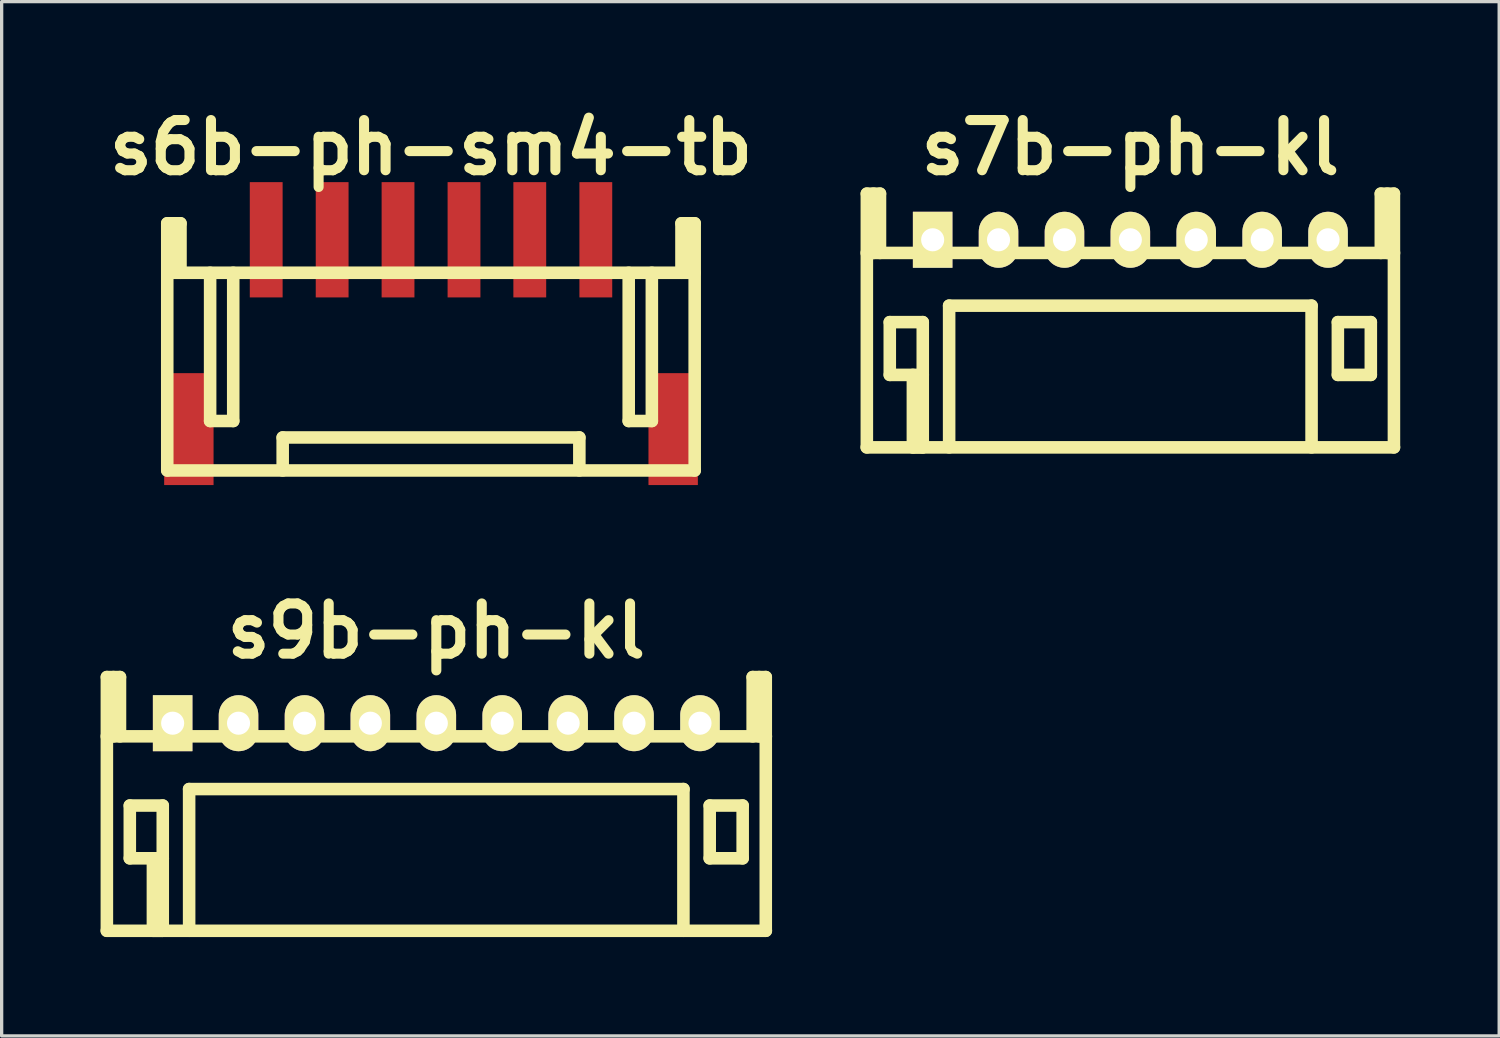
<source format=kicad_pcb>
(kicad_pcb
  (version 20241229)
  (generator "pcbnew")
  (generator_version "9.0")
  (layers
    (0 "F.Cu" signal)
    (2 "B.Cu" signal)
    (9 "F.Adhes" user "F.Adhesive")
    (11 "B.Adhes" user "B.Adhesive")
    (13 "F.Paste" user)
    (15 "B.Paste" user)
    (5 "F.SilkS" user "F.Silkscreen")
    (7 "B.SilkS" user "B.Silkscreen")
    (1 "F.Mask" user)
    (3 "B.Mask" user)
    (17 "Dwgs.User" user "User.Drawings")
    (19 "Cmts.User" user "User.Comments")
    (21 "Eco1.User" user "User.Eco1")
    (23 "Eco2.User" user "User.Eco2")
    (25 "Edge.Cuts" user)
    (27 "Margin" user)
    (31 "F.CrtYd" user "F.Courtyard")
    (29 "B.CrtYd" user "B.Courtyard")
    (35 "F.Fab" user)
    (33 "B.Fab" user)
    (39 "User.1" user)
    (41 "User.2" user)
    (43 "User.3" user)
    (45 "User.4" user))
  (footprint "s7b-ph-kl"
    (layer "F.Cu")
    (at 31.25 4.226)
    (property "Reference" "s7b-ph-kl" (at 0 -2.799 0) (layer "F.SilkS") (effects (font (size 1.524 1.524) (thickness 0.305))))
    (attr through_hole)
    (fp_line (start -8.001 0.399) (end 8.001 0.399) (stroke (width 0.381) (type solid)) (layer "F.SilkS"))
    (fp_line (start -7.996 -1.4) (end -7.996 6.299) (stroke (width 0.381) (type solid)) (layer "F.SilkS"))
    (fp_line (start -7.795 -1.4) (end -7.795 0.399) (stroke (width 0.381) (type solid)) (layer "F.SilkS"))
    (fp_line (start -7.597 -1.4) (end -7.996 -1.4) (stroke (width 0.381) (type solid)) (layer "F.SilkS"))
    (fp_line (start -7.597 0.399) (end -7.597 -1.4) (stroke (width 0.381) (type solid)) (layer "F.SilkS"))
    (fp_line (start -7.3 2.499) (end -6.299 2.499) (stroke (width 0.381) (type solid)) (layer "F.SilkS"))
    (fp_line (start -7.3 4.1) (end -7.3 2.499) (stroke (width 0.381) (type solid)) (layer "F.SilkS"))
    (fp_line (start -6.599 6.299) (end -6.599 4.1) (stroke (width 0.381) (type solid)) (layer "F.SilkS"))
    (fp_line (start -6.299 2.499) (end -6.299 4.1) (stroke (width 0.381) (type solid)) (layer "F.SilkS"))
    (fp_line (start -6.299 4.1) (end -7.3 4.1) (stroke (width 0.381) (type solid)) (layer "F.SilkS"))
    (fp_line (start -6.299 4.1) (end -6.299 6.299) (stroke (width 0.381) (type solid)) (layer "F.SilkS"))
    (fp_line (start -6.299 6.299) (end -6.599 6.299) (stroke (width 0.381) (type solid)) (layer "F.SilkS"))
    (fp_line (start -5.499 1.999) (end -5.499 6.299) (stroke (width 0.381) (type solid)) (layer "F.SilkS"))
    (fp_line (start -5.499 1.999) (end 5.499 1.999) (stroke (width 0.381) (type solid)) (layer "F.SilkS"))
    (fp_line (start 5.499 1.999) (end 5.499 6.299) (stroke (width 0.381) (type solid)) (layer "F.SilkS"))
    (fp_line (start 6.297 2.499) (end 7.297 2.499) (stroke (width 0.381) (type solid)) (layer "F.SilkS"))
    (fp_line (start 6.297 4.1) (end 6.297 2.499) (stroke (width 0.381) (type solid)) (layer "F.SilkS"))
    (fp_line (start 7.297 2.499) (end 7.297 4.1) (stroke (width 0.381) (type solid)) (layer "F.SilkS"))
    (fp_line (start 7.297 4.1) (end 6.297 4.1) (stroke (width 0.381) (type solid)) (layer "F.SilkS"))
    (fp_line (start 7.6 -1.4) (end 7.6 0.399) (stroke (width 0.381) (type solid)) (layer "F.SilkS"))
    (fp_line (start 7.798 -1.4) (end 7.798 0.399) (stroke (width 0.381) (type solid)) (layer "F.SilkS"))
    (fp_line (start 7.998 -1.4) (end 7.6 -1.4) (stroke (width 0.381) (type solid)) (layer "F.SilkS"))
    (fp_line (start 7.998 6.299) (end 7.998 -1.4) (stroke (width 0.381) (type solid)) (layer "F.SilkS"))
    (fp_line (start 8.001 6.299) (end -8.001 6.299) (stroke (width 0.381) (type solid)) (layer "F.SilkS"))
    (pad "1" thru_hole rect (at -5.999 0) (size 1.199 1.699) (drill 0.701) (layers "*.Cu" "*.Mask" "F.SilkS"))
    (pad "2" thru_hole oval (at -4 0) (size 1.199 1.699) (drill 0.701) (layers "*.Cu" "*.Mask" "F.SilkS"))
    (pad "3" thru_hole oval (at -1.999 0) (size 1.199 1.699) (drill 0.701) (layers "*.Cu" "*.Mask" "F.SilkS"))
    (pad "4" thru_hole oval (at 0 0) (size 1.199 1.699) (drill 0.701) (layers "*.Cu" "*.Mask" "F.SilkS"))
    (pad "5" thru_hole oval (at 1.999 0) (size 1.199 1.699) (drill 0.701) (layers "*.Cu" "*.Mask" "F.SilkS"))
    (pad "6" thru_hole oval (at 4 0) (size 1.199 1.699) (drill 0.701) (layers "*.Cu" "*.Mask" "F.SilkS"))
    (pad "7" thru_hole oval (at 5.999 0) (size 1.199 1.699) (drill 0.701) (layers "*.Cu" "*.Mask" "F.SilkS")))
  (footprint "s6b-ph-sm4-tb"
    (layer "F.Cu")
    (at 10.029 4.226)
    (property "Reference" "s6b-ph-sm4-tb" (at 0 -2.799 0) (layer "F.SilkS") (effects (font (size 1.524 1.524) (thickness 0.305))))
    (attr through_hole)
    (fp_line (start -8.004 7) (end -8.004 -0.5) (stroke (width 0.381) (type solid)) (layer "F.SilkS"))
    (fp_line (start -8.001 7) (end 8.001 7) (stroke (width 0.381) (type solid)) (layer "F.SilkS"))
    (fp_line (start -7.803 -0.5) (end -7.803 1.001) (stroke (width 0.381) (type solid)) (layer "F.SilkS"))
    (fp_line (start -7.602 -0.5) (end -8.004 -0.5) (stroke (width 0.381) (type solid)) (layer "F.SilkS"))
    (fp_line (start -7.602 1.001) (end -7.602 -0.5) (stroke (width 0.381) (type solid)) (layer "F.SilkS"))
    (fp_line (start -6.703 5.499) (end -6.703 1.001) (stroke (width 0.381) (type solid)) (layer "F.SilkS"))
    (fp_line (start -6.002 1.001) (end -6.002 5.499) (stroke (width 0.381) (type solid)) (layer "F.SilkS"))
    (fp_line (start -6.002 5.499) (end -6.703 5.499) (stroke (width 0.381) (type solid)) (layer "F.SilkS"))
    (fp_line (start -4.501 7) (end -4.501 5.999) (stroke (width 0.381) (type solid)) (layer "F.SilkS"))
    (fp_line (start 4.501 5.999) (end -4.501 5.999) (stroke (width 0.381) (type solid)) (layer "F.SilkS"))
    (fp_line (start 4.501 5.999) (end 4.501 6.998) (stroke (width 0.381) (type solid)) (layer "F.SilkS"))
    (fp_line (start 5.999 1.001) (end 5.999 5.499) (stroke (width 0.381) (type solid)) (layer "F.SilkS"))
    (fp_line (start 5.999 5.499) (end 6.701 5.499) (stroke (width 0.381) (type solid)) (layer "F.SilkS"))
    (fp_line (start 6.701 5.499) (end 6.701 1.001) (stroke (width 0.381) (type solid)) (layer "F.SilkS"))
    (fp_line (start 7.6 -0.5) (end 7.6 1.001) (stroke (width 0.381) (type solid)) (layer "F.SilkS"))
    (fp_line (start 7.8 1.001) (end 7.8 -0.5) (stroke (width 0.381) (type solid)) (layer "F.SilkS"))
    (fp_line (start 8.001 -0.5) (end 7.6 -0.5) (stroke (width 0.381) (type solid)) (layer "F.SilkS"))
    (fp_line (start 8.001 -0.5) (end 8.001 7) (stroke (width 0.381) (type solid)) (layer "F.SilkS"))
    (fp_line (start 8.001 1.001) (end -8.001 1.001) (stroke (width 0.381) (type solid)) (layer "F.SilkS"))
    (pad "" smd rect (at -7.348 5.745) (size 1.499 3.396) (layers "F.Cu" "F.Mask" "F.Paste"))
    (pad "" smd rect (at 7.348 5.745) (size 1.499 3.396) (layers "F.Cu" "F.Mask" "F.Paste"))
    (pad "1" smd rect (at -5.001 0) (size 0.996 3.498) (layers "F.Cu" "F.Mask" "F.Paste"))
    (pad "2" smd rect (at -3 0) (size 0.996 3.498) (layers "F.Cu" "F.Mask" "F.Paste"))
    (pad "3" smd rect (at -1.001 0) (size 0.996 3.498) (layers "F.Cu" "F.Mask" "F.Paste"))
    (pad "4" smd rect (at 1.001 0) (size 0.996 3.498) (layers "F.Cu" "F.Mask" "F.Paste"))
    (pad "5" smd rect (at 2.997 0) (size 0.996 3.498) (layers "F.Cu" "F.Mask" "F.Paste"))
    (pad "6" smd rect (at 5.001 0) (size 0.996 3.498) (layers "F.Cu" "F.Mask" "F.Paste")))
  (footprint "s9b-ph-kl"
    (layer "F.Cu")
    (at 10.19 18.895)
    (property "Reference" "s9b-ph-kl" (at 0 -2.799 0) (layer "F.SilkS") (effects (font (size 1.524 1.524) (thickness 0.305))))
    (attr through_hole)
    (fp_line (start -10 0.399) (end 10 0.399) (stroke (width 0.381) (type solid)) (layer "F.SilkS"))
    (fp_line (start -9.997 -1.4) (end -9.997 6.299) (stroke (width 0.381) (type solid)) (layer "F.SilkS"))
    (fp_line (start -9.797 -1.4) (end -9.797 0.399) (stroke (width 0.381) (type solid)) (layer "F.SilkS"))
    (fp_line (start -9.599 -1.4) (end -9.997 -1.4) (stroke (width 0.381) (type solid)) (layer "F.SilkS"))
    (fp_line (start -9.599 0.399) (end -9.599 -1.4) (stroke (width 0.381) (type solid)) (layer "F.SilkS"))
    (fp_line (start -9.301 2.499) (end -8.301 2.499) (stroke (width 0.381) (type solid)) (layer "F.SilkS"))
    (fp_line (start -9.301 4.1) (end -9.301 2.499) (stroke (width 0.381) (type solid)) (layer "F.SilkS"))
    (fp_line (start -8.6 6.299) (end -8.6 4.1) (stroke (width 0.381) (type solid)) (layer "F.SilkS"))
    (fp_line (start -8.301 2.499) (end -8.301 4.1) (stroke (width 0.381) (type solid)) (layer "F.SilkS"))
    (fp_line (start -8.301 4.1) (end -9.301 4.1) (stroke (width 0.381) (type solid)) (layer "F.SilkS"))
    (fp_line (start -8.301 4.1) (end -8.301 6.299) (stroke (width 0.381) (type solid)) (layer "F.SilkS"))
    (fp_line (start -8.301 6.299) (end -8.6 6.299) (stroke (width 0.381) (type solid)) (layer "F.SilkS"))
    (fp_line (start -7.501 1.999) (end -7.501 6.299) (stroke (width 0.381) (type solid)) (layer "F.SilkS"))
    (fp_line (start -7.501 1.999) (end 7.501 1.999) (stroke (width 0.381) (type solid)) (layer "F.SilkS"))
    (fp_line (start 7.498 1.999) (end 7.498 6.299) (stroke (width 0.381) (type solid)) (layer "F.SilkS"))
    (fp_line (start 8.296 2.499) (end 9.296 2.499) (stroke (width 0.381) (type solid)) (layer "F.SilkS"))
    (fp_line (start 8.296 4.1) (end 8.296 2.499) (stroke (width 0.381) (type solid)) (layer "F.SilkS"))
    (fp_line (start 9.296 2.499) (end 9.296 4.1) (stroke (width 0.381) (type solid)) (layer "F.SilkS"))
    (fp_line (start 9.296 4.1) (end 8.296 4.1) (stroke (width 0.381) (type solid)) (layer "F.SilkS"))
    (fp_line (start 9.599 -1.4) (end 9.599 0.399) (stroke (width 0.381) (type solid)) (layer "F.SilkS"))
    (fp_line (start 9.797 -1.4) (end 9.797 0.399) (stroke (width 0.381) (type solid)) (layer "F.SilkS"))
    (fp_line (start 9.997 -1.4) (end 9.599 -1.4) (stroke (width 0.381) (type solid)) (layer "F.SilkS"))
    (fp_line (start 9.997 6.299) (end 9.997 -1.4) (stroke (width 0.381) (type solid)) (layer "F.SilkS"))
    (fp_line (start 10 6.299) (end -10 6.299) (stroke (width 0.381) (type solid)) (layer "F.SilkS"))
    (pad "1" thru_hole rect (at -8.001 0) (size 1.199 1.699) (drill 0.701) (layers "*.Cu" "*.Mask" "F.SilkS"))
    (pad "2" thru_hole oval (at -6.002 0) (size 1.199 1.699) (drill 0.701) (layers "*.Cu" "*.Mask" "F.SilkS"))
    (pad "3" thru_hole oval (at -4 0) (size 1.199 1.699) (drill 0.701) (layers "*.Cu" "*.Mask" "F.SilkS"))
    (pad "4" thru_hole oval (at -2.002 0) (size 1.199 1.699) (drill 0.701) (layers "*.Cu" "*.Mask" "F.SilkS"))
    (pad "5" thru_hole oval (at 0 0) (size 1.199 1.699) (drill 0.701) (layers "*.Cu" "*.Mask" "F.SilkS"))
    (pad "6" thru_hole oval (at 1.999 0) (size 1.199 1.699) (drill 0.701) (layers "*.Cu" "*.Mask" "F.SilkS"))
    (pad "7" thru_hole oval (at 4 0) (size 1.199 1.699) (drill 0.701) (layers "*.Cu" "*.Mask" "F.SilkS"))
    (pad "8" thru_hole oval (at 5.999 0) (size 1.199 1.699) (drill 0.701) (layers "*.Cu" "*.Mask" "F.SilkS"))
    (pad "9" thru_hole oval (at 8.001 0) (size 1.199 1.699) (drill 0.701) (layers "*.Cu" "*.Mask" "F.SilkS")))
  (gr_rect
    (start -3 -3)
    (end 42.442 28.384)
    (stroke (width 0.1) (type default))
    (fill no)
    (layer "Edge.Cuts")))
</source>
